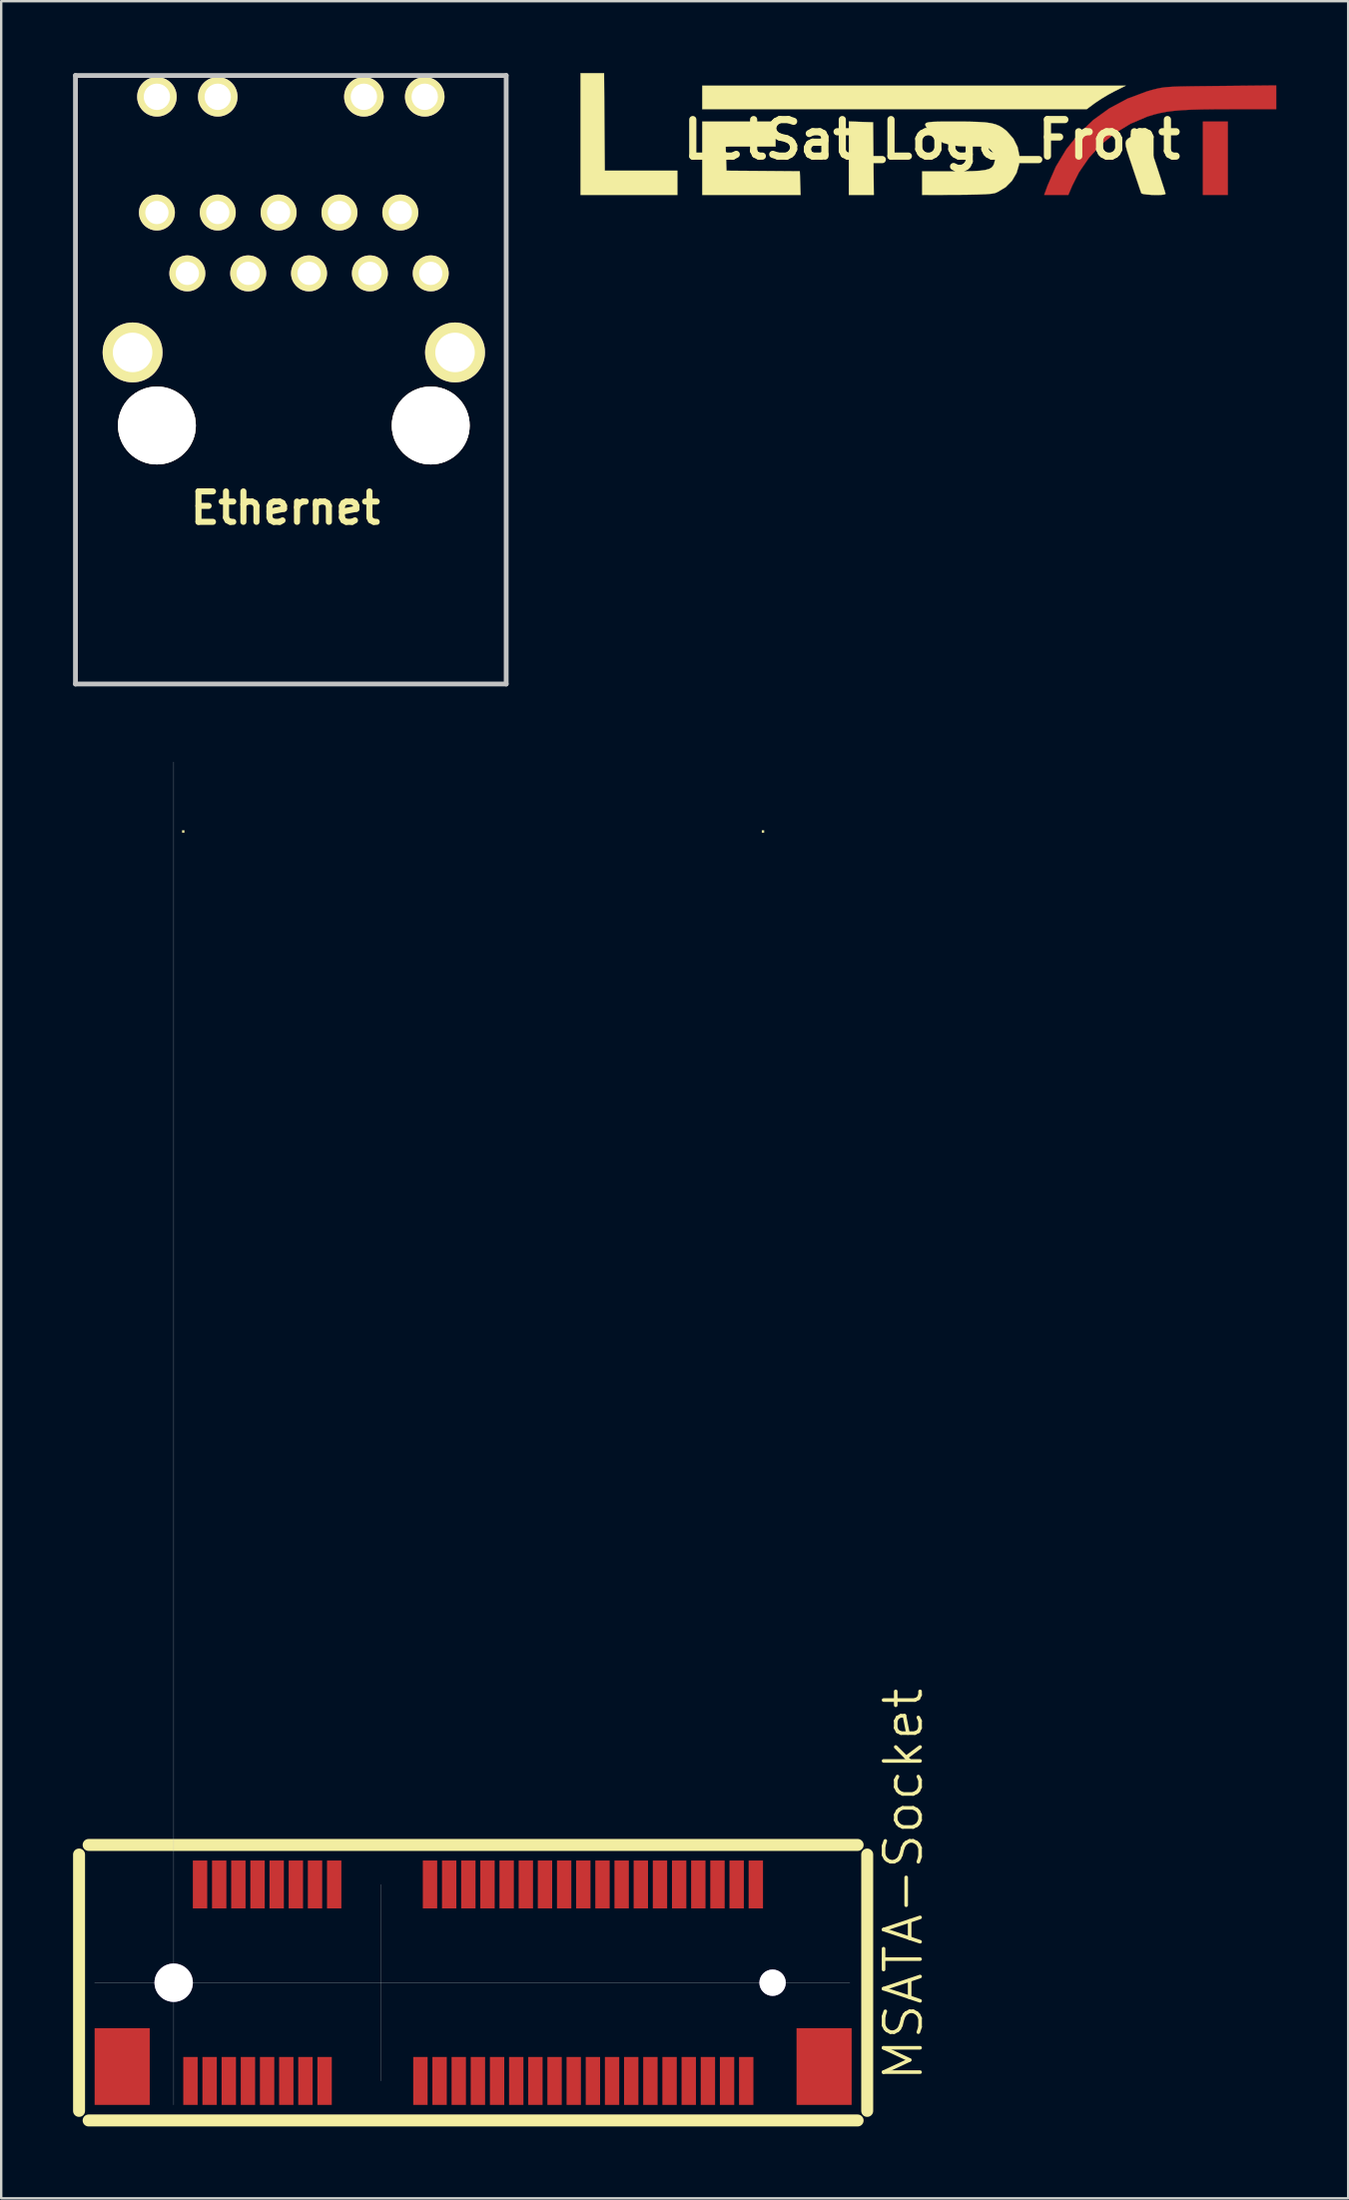
<source format=kicad_pcb>
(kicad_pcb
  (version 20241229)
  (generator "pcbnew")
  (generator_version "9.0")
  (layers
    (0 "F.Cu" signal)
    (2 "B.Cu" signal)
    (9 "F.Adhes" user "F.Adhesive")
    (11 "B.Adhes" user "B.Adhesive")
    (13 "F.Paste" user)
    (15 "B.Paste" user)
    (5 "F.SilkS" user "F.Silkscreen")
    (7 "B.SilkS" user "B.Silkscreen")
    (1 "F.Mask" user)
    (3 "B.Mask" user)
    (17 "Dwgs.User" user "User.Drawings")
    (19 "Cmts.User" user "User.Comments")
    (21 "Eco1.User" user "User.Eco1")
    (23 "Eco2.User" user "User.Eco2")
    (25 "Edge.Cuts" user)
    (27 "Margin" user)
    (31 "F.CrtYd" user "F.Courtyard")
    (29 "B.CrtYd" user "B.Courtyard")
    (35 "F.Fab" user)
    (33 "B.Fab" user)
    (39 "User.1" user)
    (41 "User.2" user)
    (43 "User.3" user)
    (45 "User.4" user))
  (footprint "MSATA-Socket"
    (layer "F.Cu")
    (at 4.2 79.705)
    (property "Reference" "MSATA-Socket" (at 30.46 -4.105 90) (layer "F.SilkS") (effects (font (size 1.524 1.524) (thickness 0.15))))
    (attr through_hole)
    (fp_line (start -3.95 -5.35) (end -3.95 5.35) (stroke (width 0.5) (type solid)) (layer "F.SilkS"))
    (fp_line (start -3.55 5.75) (end 28.55 5.75) (stroke (width 0.5) (type solid)) (layer "F.SilkS"))
    (fp_line (start 28.55 -5.75) (end -3.55 -5.75) (stroke (width 0.5) (type solid)) (layer "F.SilkS"))
    (fp_line (start 28.95 5.35) (end 28.95 -5.35) (stroke (width 0.5) (type solid)) (layer "F.SilkS"))
    (fp_line (start -3.3 0) (end 28.225 0) (stroke (width 0.01) (type solid)) (layer "Dwgs.User"))
    (fp_line (start 0 -50.95) (end 0 5.1) (stroke (width 0.01) (type solid)) (layer "Dwgs.User"))
    (fp_line (start 8.65 4.1) (end 8.65 -4.1) (stroke (width 0.01) (type solid)) (layer "Dwgs.User"))
    (pad "" smd rect (at -2.15 3.5) (size 2.3 3.2) (layers "F.Cu" "F.Mask" "F.Paste"))
    (pad "" thru_hole circle (at 0 0) (size 1.6 1.6) (drill 1.6) (layers "*.Cu" "*.Mask"))
    (pad "" connect rect (at 0.4 -48.05) (size 0.1 0.1) (layers "F.SilkS"))
    (pad "" connect rect (at 24.6 -48.05) (size 0.1 0.1) (layers "F.SilkS"))
    (pad "" thru_hole circle (at 25 0) (size 1.1 1.1) (drill 1.1) (layers "*.Cu" "*.Mask"))
    (pad "" smd rect (at 27.15 3.5) (size 2.3 3.2) (layers "F.Cu" "F.Mask" "F.Paste"))
    (pad "1" smd rect (at 0.7 4.1) (size 0.6 2) (layers "F.Cu" "F.Mask" "F.Paste"))
    (pad "2" smd rect (at 1.1 -4.1) (size 0.6 2) (layers "F.Cu" "F.Mask" "F.Paste"))
    (pad "3" smd rect (at 1.5 4.1) (size 0.6 2) (layers "F.Cu" "F.Mask" "F.Paste"))
    (pad "4" smd rect (at 1.9 -4.1) (size 0.6 2) (layers "F.Cu" "F.Mask" "F.Paste"))
    (pad "5" smd rect (at 2.3 4.1) (size 0.6 2) (layers "F.Cu" "F.Mask" "F.Paste"))
    (pad "6" smd rect (at 2.7 -4.1) (size 0.6 2) (layers "F.Cu" "F.Mask" "F.Paste"))
    (pad "7" smd rect (at 3.1 4.1) (size 0.6 2) (layers "F.Cu" "F.Mask" "F.Paste"))
    (pad "8" smd rect (at 3.5 -4.1) (size 0.6 2) (layers "F.Cu" "F.Mask" "F.Paste"))
    (pad "9" smd rect (at 3.9 4.1) (size 0.6 2) (layers "F.Cu" "F.Mask" "F.Paste"))
    (pad "10" smd rect (at 4.3 -4.1) (size 0.6 2) (layers "F.Cu" "F.Mask" "F.Paste"))
    (pad "11" smd rect (at 4.7 4.1) (size 0.6 2) (layers "F.Cu" "F.Mask" "F.Paste"))
    (pad "12" smd rect (at 5.1 -4.1) (size 0.6 2) (layers "F.Cu" "F.Mask" "F.Paste"))
    (pad "13" smd rect (at 5.5 4.1) (size 0.6 2) (layers "F.Cu" "F.Mask" "F.Paste"))
    (pad "14" smd rect (at 5.9 -4.1) (size 0.6 2) (layers "F.Cu" "F.Mask" "F.Paste"))
    (pad "15" smd rect (at 6.3 4.1) (size 0.6 2) (layers "F.Cu" "F.Mask" "F.Paste"))
    (pad "16" smd rect (at 6.7 -4.1) (size 0.6 2) (layers "F.Cu" "F.Mask" "F.Paste"))
    (pad "17" smd rect (at 10.3 4.1) (size 0.6 2) (layers "F.Cu" "F.Mask" "F.Paste"))
    (pad "18" smd rect (at 10.7 -4.1) (size 0.6 2) (layers "F.Cu" "F.Mask" "F.Paste"))
    (pad "19" smd rect (at 11.1 4.1) (size 0.6 2) (layers "F.Cu" "F.Mask" "F.Paste"))
    (pad "20" smd rect (at 11.5 -4.1) (size 0.6 2) (layers "F.Cu" "F.Mask" "F.Paste"))
    (pad "21" smd rect (at 11.9 4.1) (size 0.6 2) (layers "F.Cu" "F.Mask" "F.Paste"))
    (pad "22" smd rect (at 12.3 -4.1) (size 0.6 2) (layers "F.Cu" "F.Mask" "F.Paste"))
    (pad "23" smd rect (at 12.7 4.1) (size 0.6 2) (layers "F.Cu" "F.Mask" "F.Paste"))
    (pad "24" smd rect (at 13.1 -4.1) (size 0.6 2) (layers "F.Cu" "F.Mask" "F.Paste"))
    (pad "25" smd rect (at 13.5 4.1) (size 0.6 2) (layers "F.Cu" "F.Mask" "F.Paste"))
    (pad "26" smd rect (at 13.9 -4.1) (size 0.6 2) (layers "F.Cu" "F.Mask" "F.Paste"))
    (pad "27" smd rect (at 14.3 4.1) (size 0.6 2) (layers "F.Cu" "F.Mask" "F.Paste"))
    (pad "28" smd rect (at 14.7 -4.1) (size 0.6 2) (layers "F.Cu" "F.Mask" "F.Paste"))
    (pad "29" smd rect (at 15.1 4.1) (size 0.6 2) (layers "F.Cu" "F.Mask" "F.Paste"))
    (pad "30" smd rect (at 15.5 -4.1) (size 0.6 2) (layers "F.Cu" "F.Mask" "F.Paste"))
    (pad "31" smd rect (at 15.9 4.1) (size 0.6 2) (layers "F.Cu" "F.Mask" "F.Paste"))
    (pad "32" smd rect (at 16.3 -4.1) (size 0.6 2) (layers "F.Cu" "F.Mask" "F.Paste"))
    (pad "33" smd rect (at 16.7 4.1) (size 0.6 2) (layers "F.Cu" "F.Mask" "F.Paste"))
    (pad "34" smd rect (at 17.1 -4.1) (size 0.6 2) (layers "F.Cu" "F.Mask" "F.Paste"))
    (pad "35" smd rect (at 17.5 4.1) (size 0.6 2) (layers "F.Cu" "F.Mask" "F.Paste"))
    (pad "36" smd rect (at 17.9 -4.1) (size 0.6 2) (layers "F.Cu" "F.Mask" "F.Paste"))
    (pad "37" smd rect (at 18.3 4.1) (size 0.6 2) (layers "F.Cu" "F.Mask" "F.Paste"))
    (pad "38" smd rect (at 18.7 -4.1) (size 0.6 2) (layers "F.Cu" "F.Mask" "F.Paste"))
    (pad "39" smd rect (at 19.1 4.1) (size 0.6 2) (layers "F.Cu" "F.Mask" "F.Paste"))
    (pad "40" smd rect (at 19.5 -4.1) (size 0.6 2) (layers "F.Cu" "F.Mask" "F.Paste"))
    (pad "41" smd rect (at 19.9 4.1) (size 0.6 2) (layers "F.Cu" "F.Mask" "F.Paste"))
    (pad "42" smd rect (at 20.3 -4.1) (size 0.6 2) (layers "F.Cu" "F.Mask" "F.Paste"))
    (pad "43" smd rect (at 20.7 4.1) (size 0.6 2) (layers "F.Cu" "F.Mask" "F.Paste"))
    (pad "44" smd rect (at 21.1 -4.1) (size 0.6 2) (layers "F.Cu" "F.Mask" "F.Paste"))
    (pad "45" smd rect (at 21.5 4.1) (size 0.6 2) (layers "F.Cu" "F.Mask" "F.Paste"))
    (pad "46" smd rect (at 21.9 -4.1) (size 0.6 2) (layers "F.Cu" "F.Mask" "F.Paste"))
    (pad "47" smd rect (at 22.3 4.1) (size 0.6 2) (layers "F.Cu" "F.Mask" "F.Paste"))
    (pad "48" smd rect (at 22.7 -4.1) (size 0.6 2) (layers "F.Cu" "F.Mask" "F.Paste"))
    (pad "49" smd rect (at 23.1 4.1) (size 0.6 2) (layers "F.Cu" "F.Mask" "F.Paste"))
    (pad "50" smd rect (at 23.5 -4.1) (size 0.6 2) (layers "F.Cu" "F.Mask" "F.Paste"))
    (pad "51" smd rect (at 23.9 4.1) (size 0.6 2) (layers "F.Cu" "F.Mask" "F.Paste"))
    (pad "52" smd rect (at 24.3 -4.1) (size 0.6 2) (layers "F.Cu" "F.Mask" "F.Paste")))
  (footprint "Ethernet"
    (layer "F.Cu")
    (at 9.09 25.5)
    (property "Reference" "Ethernet" (at -0.226 -7.344 0) (layer "F.SilkS") (effects (font (size 1.27 1.27) (thickness 0.254))))
    (attr through_hole)
    (fp_line (start -8.99 -25.4) (end 8.99 -25.4) (stroke (width 0.2) (type solid)) (layer "Dwgs.User"))
    (fp_line (start -8.99 0) (end -8.99 -25.4) (stroke (width 0.2) (type solid)) (layer "Dwgs.User"))
    (fp_line (start 8.99 -25.4) (end 8.99 0) (stroke (width 0.2) (type solid)) (layer "Dwgs.User"))
    (fp_line (start 8.99 0) (end -8.99 0) (stroke (width 0.2) (type solid)) (layer "Dwgs.User"))
    (pad "1" thru_hole circle (at 5.84 -17.14 90) (size 1.5 1.5) (drill 0.97) (layers "*.Cu" "*.Mask" "F.SilkS"))
    (pad "2" thru_hole circle (at 4.57 -19.68 90) (size 1.5 1.5) (drill 0.97) (layers "*.Cu" "*.Mask" "F.SilkS"))
    (pad "3" thru_hole circle (at 3.3 -17.14 90) (size 1.5 1.5) (drill 0.97) (layers "*.Cu" "*.Mask" "F.SilkS"))
    (pad "4" thru_hole circle (at 2.03 -19.68 90) (size 1.5 1.5) (drill 0.97) (layers "*.Cu" "*.Mask" "F.SilkS"))
    (pad "5" thru_hole circle (at 0.76 -17.14 90) (size 1.5 1.5) (drill 0.97) (layers "*.Cu" "*.Mask" "F.SilkS"))
    (pad "6" thru_hole circle (at -0.51 -19.68 90) (size 1.5 1.5) (drill 0.97) (layers "*.Cu" "*.Mask" "F.SilkS"))
    (pad "7" thru_hole circle (at -1.78 -17.14 90) (size 1.5 1.5) (drill 0.97) (layers "*.Cu" "*.Mask" "F.SilkS"))
    (pad "8" thru_hole circle (at -3.05 -19.68 90) (size 1.5 1.5) (drill 0.97) (layers "*.Cu" "*.Mask" "F.SilkS"))
    (pad "9" thru_hole circle (at -4.32 -17.14 90) (size 1.5 1.5) (drill 0.97) (layers "*.Cu" "*.Mask" "F.SilkS"))
    (pad "10" thru_hole circle (at -5.59 -19.68 90) (size 1.5 1.5) (drill 0.97) (layers "*.Cu" "*.Mask" "F.SilkS"))
    (pad "11" thru_hole circle (at -5.59 -10.79 90) (size 3.25 3.25) (drill 3.25) (layers "*.Cu" "*.Mask" "F.SilkS"))
    (pad "12" thru_hole circle (at 5.84 -10.79 90) (size 3.25 3.25) (drill 3.25) (layers "*.Cu" "*.Mask" "F.SilkS"))
    (pad "13" thru_hole circle (at 5.59 -24.51 90) (size 1.65 1.65) (drill 1.1) (layers "*.Cu" "*.Mask" "F.SilkS"))
    (pad "14" thru_hole circle (at 3.05 -24.51 90) (size 1.65 1.65) (drill 1.1) (layers "*.Cu" "*.Mask" "F.SilkS"))
    (pad "15" thru_hole circle (at -3.05 -24.51 90) (size 1.65 1.65) (drill 1.1) (layers "*.Cu" "*.Mask" "F.SilkS"))
    (pad "16" thru_hole circle (at -5.59 -24.51 90) (size 1.65 1.65) (drill 1.1) (layers "*.Cu" "*.Mask" "F.SilkS"))
    (pad "17" thru_hole circle (at -6.605 -13.84 90) (size 2.5 2.5) (drill 1.65) (layers "*.Cu" "*.Mask" "F.SilkS"))
    (pad "18" thru_hole circle (at 6.855 -13.84 90) (size 2.5 2.5) (drill 1.65) (layers "*.Cu" "*.Mask" "F.SilkS")))
  (footprint "LetSat_Logo_Front"
    (layer "F.Cu")
    (at 35.848 2.776)
    (property "Reference" "LetSat_Logo_Front" (at 0 0 0) (layer "F.SilkS") (effects (font (size 1.524 1.524) (thickness 0.3))))
    (attr through_hole)
    (fp_poly (pts (xy 12.354 2.309) (xy 11.315 2.309) (xy 11.315 -0.75) (xy 12.354 -0.75) (xy 12.354 2.309)) (stroke (width 0.01) (type solid)) (fill yes) (layer "F.Cu"))
    (fp_poly (pts (xy 14.374 -1.27) (xy 12.525 -1.27) (xy 11.862 -1.268) (xy 11.301 -1.261) (xy 10.827 -1.248) (xy 10.426 -1.227) (xy 10.084 -1.197) (xy 9.786 -1.158) (xy 9.519 -1.107) (xy 9.268 -1.044) (xy 9.019 -0.967) (xy 8.99 -0.957) (xy 8.296 -0.662) (xy 7.652 -0.272) (xy 7.07 0.204) (xy 6.563 0.755) (xy 6.14 1.37) (xy 5.86 1.927) (xy 5.698 2.309) (xy 4.69 2.309) (xy 4.831 1.922) (xy 5.178 1.128) (xy 5.616 0.402) (xy 6.139 -0.249) (xy 6.741 -0.82) (xy 7.417 -1.307) (xy 8.161 -1.705) (xy 8.968 -2.007) (xy 9.167 -2.065) (xy 9.309 -2.102) (xy 9.438 -2.133) (xy 9.566 -2.158) (xy 9.708 -2.178) (xy 9.875 -2.194) (xy 10.082 -2.206) (xy 10.341 -2.215) (xy 10.665 -2.222) (xy 11.067 -2.228) (xy 11.561 -2.233) (xy 12.051 -2.238) (xy 14.374 -2.26) (xy 14.374 -1.27)) (stroke (width 0.01) (type solid)) (fill yes) (layer "F.Cu"))
    (fp_poly (pts (xy 12.354 2.309) (xy 11.315 2.309) (xy 11.315 -0.75) (xy 12.354 -0.75) (xy 12.354 2.309)) (stroke (width 0.01) (type solid)) (fill yes) (layer "F.Mask"))
    (fp_poly (pts (xy 14.374 -1.27) (xy 12.525 -1.27) (xy 11.862 -1.268) (xy 11.301 -1.261) (xy 10.827 -1.248) (xy 10.426 -1.227) (xy 10.084 -1.197) (xy 9.786 -1.158) (xy 9.519 -1.107) (xy 9.268 -1.044) (xy 9.019 -0.967) (xy 8.99 -0.957) (xy 8.296 -0.662) (xy 7.652 -0.272) (xy 7.07 0.204) (xy 6.563 0.755) (xy 6.14 1.37) (xy 5.86 1.927) (xy 5.698 2.309) (xy 4.69 2.309) (xy 4.831 1.922) (xy 5.178 1.128) (xy 5.616 0.402) (xy 6.139 -0.249) (xy 6.741 -0.82) (xy 7.417 -1.307) (xy 8.161 -1.705) (xy 8.968 -2.007) (xy 9.167 -2.065) (xy 9.309 -2.102) (xy 9.438 -2.133) (xy 9.566 -2.158) (xy 9.708 -2.178) (xy 9.875 -2.194) (xy 10.082 -2.206) (xy 10.341 -2.215) (xy 10.665 -2.222) (xy 11.067 -2.228) (xy 11.561 -2.233) (xy 12.051 -2.238) (xy 14.374 -2.26) (xy 14.374 -1.27)) (stroke (width 0.01) (type solid)) (fill yes) (layer "F.Mask"))
    (fp_poly (pts (xy -2.959 -0.738) (xy -2.453 -0.722) (xy -2.423 2.309) (xy -3.464 2.309) (xy -3.464 -0.755) (xy -2.959 -0.738)) (stroke (width 0.01) (type solid)) (fill yes) (layer "F.SilkS"))
    (fp_poly (pts (xy -13.668 -0.736) (xy -13.652 1.299) (xy -10.622 1.299) (xy -10.622 2.309) (xy -14.663 2.309) (xy -14.663 -2.771) (xy -13.683 -2.771) (xy -13.668 -0.736)) (stroke (width 0.01) (type solid)) (fill yes) (layer "F.SilkS"))
    (fp_poly (pts (xy 7.631 -2.019) (xy 7.363 -1.875) (xy 7.083 -1.707) (xy 6.845 -1.549) (xy 6.816 -1.529) (xy 6.465 -1.27) (xy -9.583 -1.27) (xy -9.583 -2.251) (xy 8.095 -2.251) (xy 7.631 -2.019)) (stroke (width 0.01) (type solid)) (fill yes) (layer "F.SilkS"))
    (fp_poly (pts (xy -6.523 0.289) (xy -8.606 0.289) (xy -8.589 0.794) (xy -8.572 1.299) (xy -7.043 1.31) (xy -5.513 1.322) (xy -5.496 1.815) (xy -5.48 2.309) (xy -9.583 2.309) (xy -9.583 -0.75) (xy -6.523 -0.75) (xy -6.523 0.289)) (stroke (width 0.01) (type solid)) (fill yes) (layer "F.SilkS"))
    (fp_poly (pts (xy 9.319 0.911) (xy 9.441 1.279) (xy 9.55 1.612) (xy 9.641 1.892) (xy 9.709 2.105) (xy 9.748 2.234) (xy 9.756 2.266) (xy 9.704 2.293) (xy 9.568 2.308) (xy 9.381 2.312) (xy 9.174 2.307) (xy 8.978 2.293) (xy 8.826 2.271) (xy 8.747 2.242) (xy 8.744 2.237) (xy 8.718 2.162) (xy 8.661 1.995) (xy 8.581 1.756) (xy 8.482 1.462) (xy 8.372 1.133) (xy 8.37 1.126) (xy 8.245 0.757) (xy 8.155 0.481) (xy 8.102 0.281) (xy 8.088 0.14) (xy 8.116 0.039) (xy 8.187 -0.038) (xy 8.305 -0.11) (xy 8.472 -0.193) (xy 8.554 -0.234) (xy 8.881 -0.401) (xy 9.319 0.911)) (stroke (width 0.01) (type solid)) (fill yes) (layer "F.SilkS"))
    (fp_poly (pts (xy 1.497 -0.748) (xy 1.896 -0.738) (xy 2.212 -0.719) (xy 2.461 -0.686) (xy 2.66 -0.636) (xy 2.825 -0.568) (xy 2.972 -0.477) (xy 3.117 -0.36) (xy 3.133 -0.346) (xy 3.404 -0.039) (xy 3.577 0.306) (xy 3.654 0.671) (xy 3.64 1.039) (xy 3.537 1.392) (xy 3.349 1.714) (xy 3.079 1.988) (xy 2.73 2.195) (xy 2.637 2.233) (xy 2.503 2.258) (xy 2.256 2.278) (xy 1.899 2.293) (xy 1.433 2.302) (xy 1.025 2.305) (xy -0.404 2.309) (xy -0.404 1.328) (xy 0.868 1.328) (xy 1.35 1.325) (xy 1.729 1.316) (xy 2.02 1.299) (xy 2.235 1.269) (xy 2.388 1.226) (xy 2.492 1.167) (xy 2.56 1.089) (xy 2.598 1.009) (xy 2.651 0.794) (xy 2.613 0.619) (xy 2.487 0.457) (xy 2.412 0.386) (xy 2.34 0.338) (xy 2.248 0.309) (xy 2.111 0.295) (xy 1.906 0.289) (xy 1.63 0.289) (xy 1.159 0.274) (xy 0.78 0.226) (xy 0.476 0.136) (xy 0.228 -0.001) (xy 0.015 -0.194) (xy -0.121 -0.363) (xy -0.208 -0.484) (xy -0.263 -0.577) (xy -0.277 -0.645) (xy -0.238 -0.693) (xy -0.135 -0.723) (xy 0.043 -0.741) (xy 0.307 -0.748) (xy 0.667 -0.75) (xy 1 -0.75) (xy 1.497 -0.748)) (stroke (width 0.01) (type solid)) (fill yes) (layer "F.SilkS")))
  (gr_rect
    (start -3 -3)
    (end 53.227 88.705)
    (stroke (width 0.1) (type default))
    (fill no)
    (layer "Edge.Cuts")))
</source>
